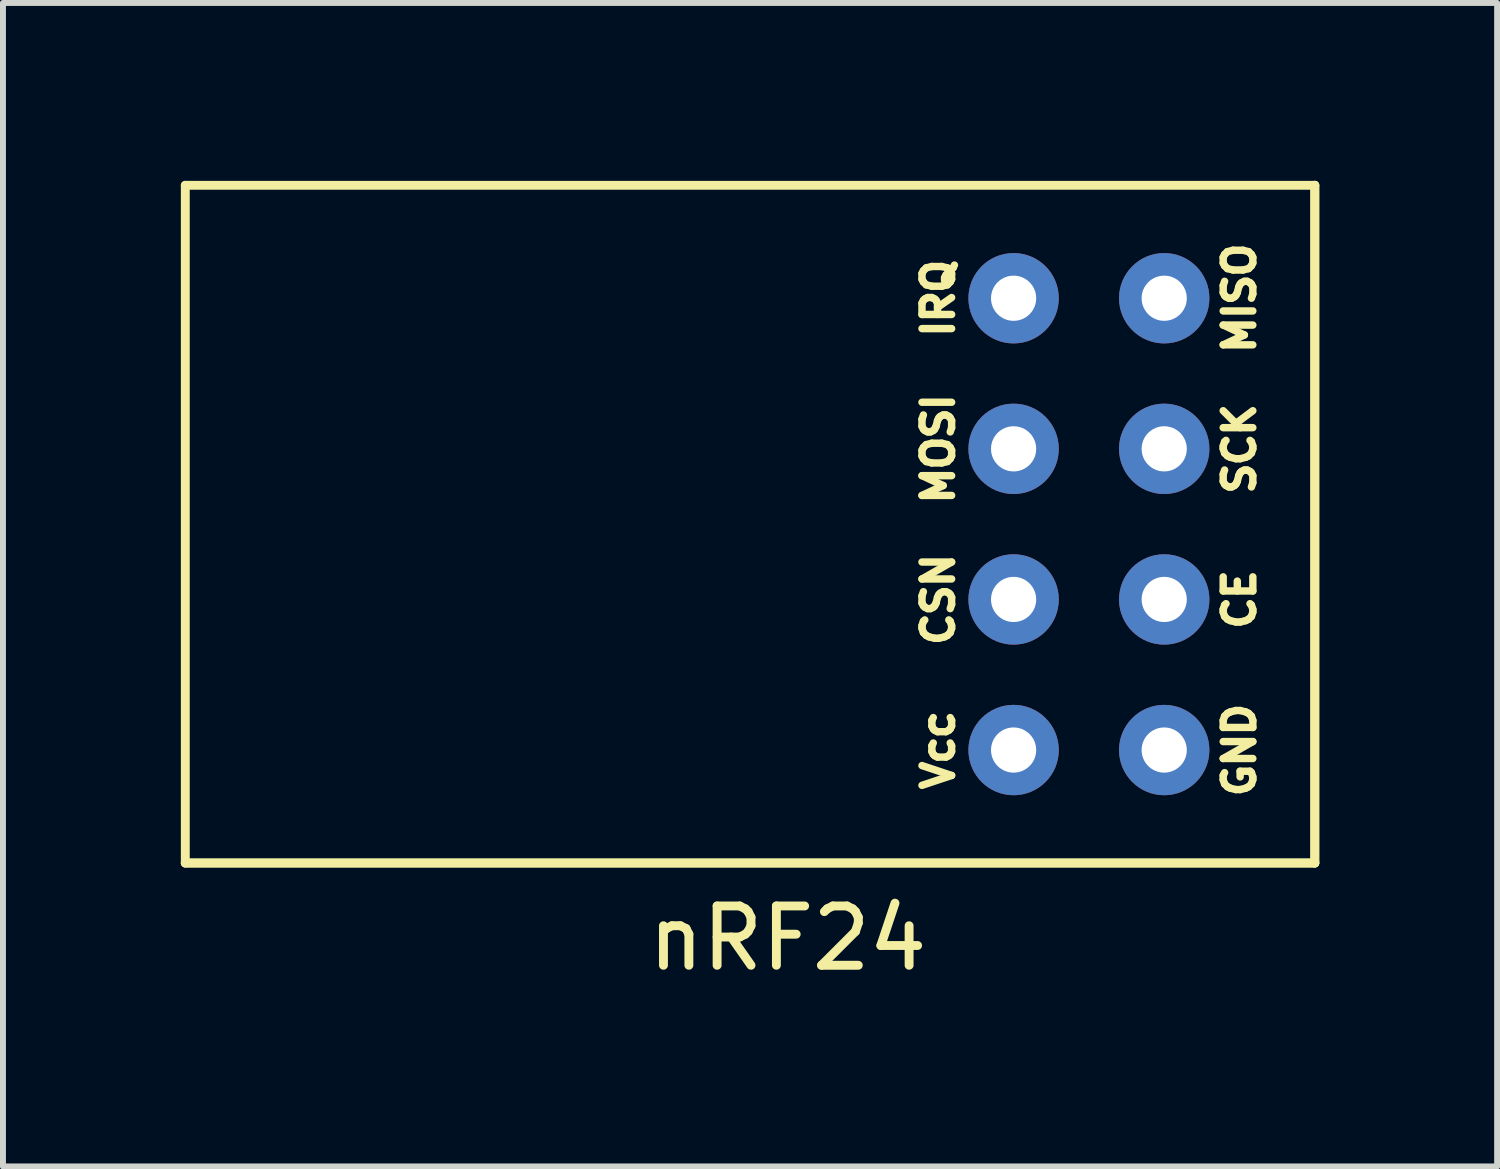
<source format=kicad_pcb>
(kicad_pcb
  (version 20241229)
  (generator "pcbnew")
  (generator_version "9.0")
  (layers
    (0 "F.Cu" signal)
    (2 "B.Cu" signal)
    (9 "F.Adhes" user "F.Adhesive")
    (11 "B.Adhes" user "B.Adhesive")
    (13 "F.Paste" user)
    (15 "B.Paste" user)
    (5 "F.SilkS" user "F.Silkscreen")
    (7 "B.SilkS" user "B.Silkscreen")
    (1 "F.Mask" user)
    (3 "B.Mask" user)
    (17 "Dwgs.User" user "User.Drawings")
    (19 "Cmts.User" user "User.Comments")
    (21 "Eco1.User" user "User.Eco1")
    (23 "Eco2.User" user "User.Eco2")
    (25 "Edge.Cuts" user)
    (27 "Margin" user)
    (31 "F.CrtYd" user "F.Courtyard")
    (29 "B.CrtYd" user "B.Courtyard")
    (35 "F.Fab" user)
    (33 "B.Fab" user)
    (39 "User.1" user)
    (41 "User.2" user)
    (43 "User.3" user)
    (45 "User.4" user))
  (footprint "nRF24"
    (layer "F.Cu")
    (at 14.045 7.06)
    (property "Reference" "nRF24" (at -3.81 5.715 0) (layer "F.SilkS") (effects (font (size 1 1) (thickness 0.15))))
    (attr through_hole)
    (fp_line (start -13.97 4.445) (end -13.97 -6.985) (stroke (width 0.15) (type solid)) (layer "F.SilkS"))
    (fp_line (start -13.97 4.445) (end 5.08 4.445) (stroke (width 0.15) (type solid)) (layer "F.SilkS"))
    (fp_line (start 5.08 -6.985) (end -13.97 -6.985) (stroke (width 0.15) (type solid)) (layer "F.SilkS"))
    (fp_line (start 5.08 -6.985) (end 5.08 4.445) (stroke (width 0.15) (type solid)) (layer "F.SilkS"))
    (fp_line (start 5.08 4.445) (end -13.97 4.445) (stroke (width 0.15) (type solid)) (layer "F.SilkS"))
    (fp_line (start 5.08 4.445) (end 5.08 -6.985) (stroke (width 0.15) (type solid)) (layer "F.SilkS"))
    (fp_text user "IRQ" (at -1.27 -5.08 90) (layer "F.SilkS") (effects (font (size 0.5 0.5) (thickness 0.125))))
    (fp_text user "SCK" (at 3.81 -2.54 90) (layer "F.SilkS") (effects (font (size 0.5 0.5) (thickness 0.125))))
    (fp_text user "GND" (at 3.81 2.54 90) (layer "F.SilkS") (effects (font (size 0.5 0.5) (thickness 0.125))))
    (fp_text user "MOSI" (at -1.27 -2.54 90) (layer "F.SilkS") (effects (font (size 0.5 0.5) (thickness 0.125))))
    (fp_text user "CSN" (at -1.27 0 90) (layer "F.SilkS") (effects (font (size 0.5 0.5) (thickness 0.125))))
    (fp_text user "CE" (at 3.81 0 90) (layer "F.SilkS") (effects (font (size 0.5 0.5) (thickness 0.125))))
    (fp_text user "Vcc" (at -1.27 2.54 90) (layer "F.SilkS") (effects (font (size 0.5 0.5) (thickness 0.125))))
    (fp_text user "MISO" (at 3.81 -5.08 90) (layer "F.SilkS") (effects (font (size 0.5 0.5) (thickness 0.125))))
    (pad "0" thru_hole circle (at 2.54 2.54) (size 1.524 1.524) (drill 0.762) (layers "*.Cu" "*.Mask"))
    (pad "1" thru_hole circle (at 2.54 0) (size 1.524 1.524) (drill 0.762) (layers "*.Cu" "*.Mask"))
    (pad "2" thru_hole circle (at 2.54 -2.54) (size 1.524 1.524) (drill 0.762) (layers "*.Cu" "*.Mask"))
    (pad "3" thru_hole circle (at 2.54 -5.08) (size 1.524 1.524) (drill 0.762) (layers "*.Cu" "*.Mask"))
    (pad "4" thru_hole circle (at 0 -5.08) (size 1.524 1.524) (drill 0.762) (layers "*.Cu" "*.Mask"))
    (pad "5" thru_hole circle (at 0 -2.54) (size 1.524 1.524) (drill 0.762) (layers "*.Cu" "*.Mask"))
    (pad "6" thru_hole circle (at 0 0) (size 1.524 1.524) (drill 0.762) (layers "*.Cu" "*.Mask"))
    (pad "7" thru_hole circle (at 0 2.54) (size 1.524 1.524) (drill 0.762) (layers "*.Cu" "*.Mask")))
  (gr_rect
    (start -3 -3)
    (end 22.2 16.623)
    (stroke (width 0.1) (type default))
    (fill no)
    (layer "Edge.Cuts")))
</source>
